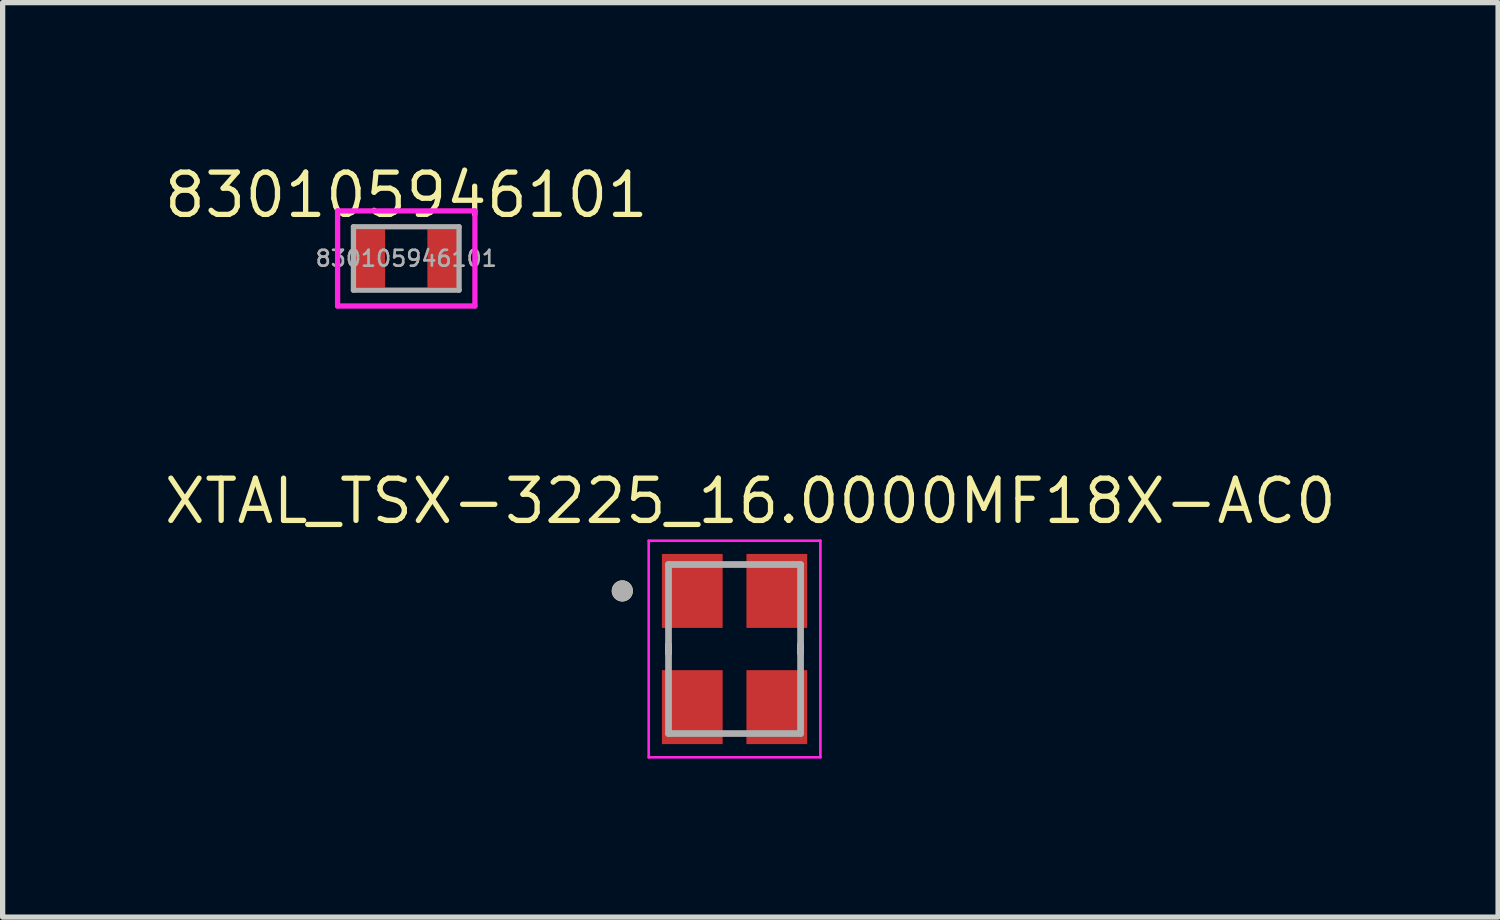
<source format=kicad_pcb>
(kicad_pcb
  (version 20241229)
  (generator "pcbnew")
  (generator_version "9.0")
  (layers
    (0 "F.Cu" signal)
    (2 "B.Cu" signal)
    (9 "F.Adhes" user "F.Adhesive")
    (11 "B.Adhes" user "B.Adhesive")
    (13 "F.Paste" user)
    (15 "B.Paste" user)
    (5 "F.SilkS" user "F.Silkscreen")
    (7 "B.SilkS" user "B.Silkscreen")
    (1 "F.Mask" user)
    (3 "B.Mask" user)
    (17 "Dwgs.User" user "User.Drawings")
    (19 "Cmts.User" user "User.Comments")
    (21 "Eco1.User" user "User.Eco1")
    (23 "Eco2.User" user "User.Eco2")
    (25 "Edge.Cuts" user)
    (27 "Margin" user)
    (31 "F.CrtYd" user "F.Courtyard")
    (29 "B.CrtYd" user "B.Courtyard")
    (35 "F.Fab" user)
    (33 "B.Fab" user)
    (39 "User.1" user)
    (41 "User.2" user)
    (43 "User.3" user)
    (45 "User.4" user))
  (footprint "830105946101"
    (layer "F.Cu")
    (at 4.641 1.843)
    (property "Reference" "830105946101" (at 0 -1.2 0) (layer "F.SilkS") (effects (font (size 0.8 0.8) (thickness 0.1))))
    (attr smd)
    (fp_line (start -1.3 -0.9) (end 1.3 -0.9) (stroke (width 0.1) (type solid)) (layer "F.CrtYd"))
    (fp_line (start -1.3 0.9) (end -1.3 -0.9) (stroke (width 0.1) (type solid)) (layer "F.CrtYd"))
    (fp_line (start 1.3 -0.9) (end 1.3 0.9) (stroke (width 0.1) (type solid)) (layer "F.CrtYd"))
    (fp_line (start 1.3 0.9) (end -1.3 0.9) (stroke (width 0.1) (type solid)) (layer "F.CrtYd"))
    (fp_line (start -1 -0.6) (end -1 0.6) (stroke (width 0.1) (type solid)) (layer "F.Fab"))
    (fp_line (start -1 0.6) (end 1 0.6) (stroke (width 0.1) (type solid)) (layer "F.Fab"))
    (fp_line (start 1 -0.6) (end -1 -0.6) (stroke (width 0.1) (type solid)) (layer "F.Fab"))
    (fp_line (start 1 0.6) (end 1 -0.6) (stroke (width 0.1) (type solid)) (layer "F.Fab"))
    (fp_text user "${REFERENCE}" (at 0 0 0) (layer "F.Fab") (effects (font (size 0.3 0.3) (thickness 0.05) (bold yes))))
    (pad "1" smd rect (at -0.7 0) (size 0.6 1.1) (layers "F.Cu" "F.Mask" "F.Paste"))
    (pad "2" smd rect (at 0.7 0) (size 0.6 1.1) (layers "F.Cu" "F.Mask" "F.Paste")))
  (footprint "XTAL_TSX-3225_16.0000MF18X-AC0"
    (layer "F.Cu")
    (at 10.856 9.237)
    (property "Reference" "XTAL_TSX-3225_16.0000MF18X-AC0" (at 0.3 -2.8 0) (layer "F.SilkS") (effects (font (size 0.8 0.8) (thickness 0.1))))
    (attr smd)
    (fp_line (start -1.25 -0.08) (end -1.25 0.08) (stroke (width 0.127) (type solid)) (layer "F.SilkS"))
    (fp_line (start 1.25 -0.08) (end 1.25 0.08) (stroke (width 0.127) (type solid)) (layer "F.SilkS"))
    (fp_circle (center -2.125 -1.1) (end -2.025 -1.1) (stroke (width 0.2) (type solid)) (fill no) (layer "F.SilkS"))
    (fp_line (start -1.625 -2.05) (end -1.625 2.05) (stroke (width 0.05) (type solid)) (layer "F.CrtYd"))
    (fp_line (start -1.625 -2.05) (end 1.625 -2.05) (stroke (width 0.05) (type solid)) (layer "F.CrtYd"))
    (fp_line (start 1.625 -2.05) (end 1.625 2.05) (stroke (width 0.05) (type solid)) (layer "F.CrtYd"))
    (fp_line (start 1.625 2.05) (end -1.625 2.05) (stroke (width 0.05) (type solid)) (layer "F.CrtYd"))
    (fp_line (start -1.25 -1.6) (end -1.25 1.6) (stroke (width 0.127) (type solid)) (layer "F.Fab"))
    (fp_line (start -1.25 -1.6) (end 1.25 -1.6) (stroke (width 0.127) (type solid)) (layer "F.Fab"))
    (fp_line (start 1.25 -1.6) (end 1.25 1.6) (stroke (width 0.127) (type solid)) (layer "F.Fab"))
    (fp_line (start 1.25 1.6) (end -1.25 1.6) (stroke (width 0.127) (type solid)) (layer "F.Fab"))
    (fp_circle (center -2.125 -1.1) (end -2.025 -1.1) (stroke (width 0.2) (type solid)) (fill no) (layer "F.Fab"))
    (pad "1" smd rect (at -0.8 -1.1) (size 1.15 1.4) (layers "F.Cu" "F.Mask" "F.Paste"))
    (pad "2" smd rect (at -0.8 1.1) (size 1.15 1.4) (layers "F.Cu" "F.Mask" "F.Paste"))
    (pad "3" smd rect (at 0.8 1.1) (size 1.15 1.4) (layers "F.Cu" "F.Mask" "F.Paste"))
    (pad "4" smd rect (at 0.8 -1.1) (size 1.15 1.4) (layers "F.Cu" "F.Mask" "F.Paste")))
  (gr_rect
    (start -3 -3)
    (end 25.311 14.312)
    (stroke (width 0.1) (type default))
    (fill no)
    (layer "Edge.Cuts")))
</source>
